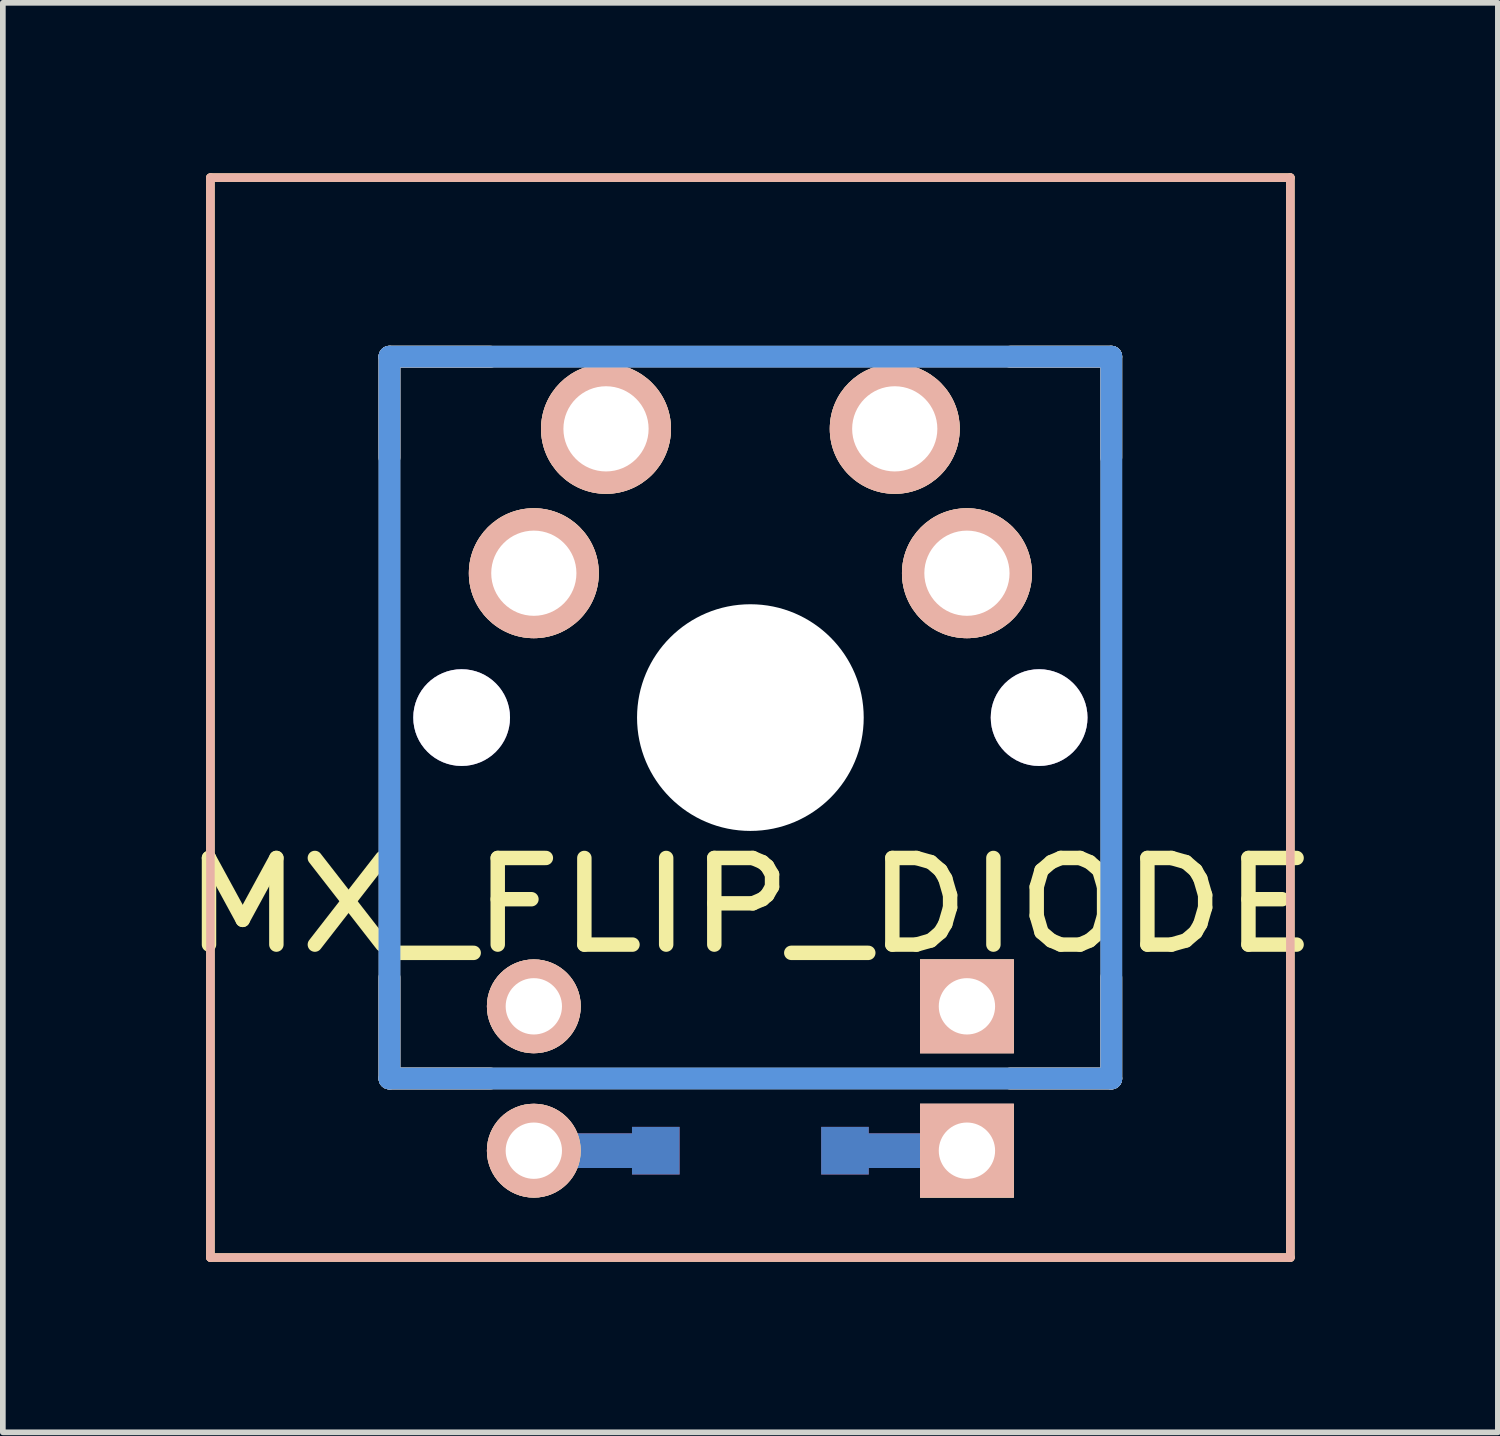
<source format=kicad_pcb>
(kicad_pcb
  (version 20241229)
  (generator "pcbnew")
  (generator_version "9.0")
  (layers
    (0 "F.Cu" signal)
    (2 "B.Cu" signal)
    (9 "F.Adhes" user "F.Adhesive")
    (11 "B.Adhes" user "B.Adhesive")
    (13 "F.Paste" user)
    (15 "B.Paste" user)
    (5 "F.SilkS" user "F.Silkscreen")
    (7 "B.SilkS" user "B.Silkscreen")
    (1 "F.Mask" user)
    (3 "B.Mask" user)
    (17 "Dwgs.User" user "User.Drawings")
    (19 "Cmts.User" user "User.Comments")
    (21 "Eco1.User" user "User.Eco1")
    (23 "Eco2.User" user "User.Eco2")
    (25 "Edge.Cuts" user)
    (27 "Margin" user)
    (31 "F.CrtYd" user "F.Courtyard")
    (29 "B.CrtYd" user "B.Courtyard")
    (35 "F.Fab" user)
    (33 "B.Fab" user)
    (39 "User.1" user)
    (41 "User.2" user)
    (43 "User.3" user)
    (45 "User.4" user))
  (footprint "MX_FLIP_DIODE"
    (layer "F.Cu")
    (at 10.152 9.575)
    (property "Reference" "MX_FLIP_DIODE" (at 0 3.302 0) (layer "F.SilkS") (effects (font (size 1.524 1.778) (thickness 0.254))))
    (attr through_hole)
    (fp_line (start -3.81 7.62) (end -1.664 7.62) (stroke (width 0.61) (type solid)) (layer "F.Cu"))
    (fp_line (start 1.664 7.62) (end 3.81 7.62) (stroke (width 0.61) (type solid)) (layer "F.Cu"))
    (fp_line (start -3.81 7.62) (end -1.664 7.62) (stroke (width 0.61) (type solid)) (layer "B.Cu"))
    (fp_line (start 1.664 7.62) (end 3.81 7.62) (stroke (width 0.61) (type solid)) (layer "B.Cu"))
    (fp_line (start -9.5 -9.5) (end -9.5 9.5) (stroke (width 0.15) (type solid)) (layer "F.SilkS"))
    (fp_line (start -9.5 9.5) (end 9.5 9.5) (stroke (width 0.15) (type solid)) (layer "F.SilkS"))
    (fp_line (start -6.35 -6.35) (end -4.572 -6.35) (stroke (width 0.381) (type solid)) (layer "F.SilkS"))
    (fp_line (start -6.35 -4.572) (end -6.35 -6.35) (stroke (width 0.381) (type solid)) (layer "F.SilkS"))
    (fp_line (start -6.35 6.35) (end -6.35 4.572) (stroke (width 0.381) (type solid)) (layer "F.SilkS"))
    (fp_line (start -4.572 6.35) (end -6.35 6.35) (stroke (width 0.381) (type solid)) (layer "F.SilkS"))
    (fp_line (start 4.572 -6.35) (end 6.35 -6.35) (stroke (width 0.381) (type solid)) (layer "F.SilkS"))
    (fp_line (start 6.35 -6.35) (end 6.35 -4.572) (stroke (width 0.381) (type solid)) (layer "F.SilkS"))
    (fp_line (start 6.35 4.572) (end 6.35 6.35) (stroke (width 0.381) (type solid)) (layer "F.SilkS"))
    (fp_line (start 6.35 6.35) (end 4.572 6.35) (stroke (width 0.381) (type solid)) (layer "F.SilkS"))
    (fp_line (start 9.5 -9.5) (end -9.5 -9.5) (stroke (width 0.15) (type solid)) (layer "F.SilkS"))
    (fp_line (start 9.5 9.5) (end 9.5 -9.5) (stroke (width 0.15) (type solid)) (layer "F.SilkS"))
    (fp_line (start -9.5 -9.5) (end 9.5 -9.5) (stroke (width 0.15) (type solid)) (layer "B.SilkS"))
    (fp_line (start -9.5 9.5) (end -9.5 -9.5) (stroke (width 0.15) (type solid)) (layer "B.SilkS"))
    (fp_line (start -6.35 -6.35) (end -4.572 -6.35) (stroke (width 0.381) (type solid)) (layer "B.SilkS"))
    (fp_line (start -6.35 -4.572) (end -6.35 -6.35) (stroke (width 0.381) (type solid)) (layer "B.SilkS"))
    (fp_line (start -6.35 6.35) (end -6.35 4.572) (stroke (width 0.381) (type solid)) (layer "B.SilkS"))
    (fp_line (start -4.572 6.35) (end -6.35 6.35) (stroke (width 0.381) (type solid)) (layer "B.SilkS"))
    (fp_line (start 4.572 -6.35) (end 6.35 -6.35) (stroke (width 0.381) (type solid)) (layer "B.SilkS"))
    (fp_line (start 6.35 -6.35) (end 6.35 -4.572) (stroke (width 0.381) (type solid)) (layer "B.SilkS"))
    (fp_line (start 6.35 4.572) (end 6.35 6.35) (stroke (width 0.381) (type solid)) (layer "B.SilkS"))
    (fp_line (start 6.35 6.35) (end 4.572 6.35) (stroke (width 0.381) (type solid)) (layer "B.SilkS"))
    (fp_line (start 9.5 -9.5) (end 9.5 9.5) (stroke (width 0.15) (type solid)) (layer "B.SilkS"))
    (fp_line (start 9.5 9.5) (end -9.5 9.5) (stroke (width 0.15) (type solid)) (layer "B.SilkS"))
    (fp_line (start -6.35 -6.35) (end 6.35 -6.35) (stroke (width 0.381) (type solid)) (layer "Dwgs.User"))
    (fp_line (start -6.35 6.35) (end -6.35 -6.35) (stroke (width 0.381) (type solid)) (layer "Dwgs.User"))
    (fp_line (start 0 0) (end 0 0) (stroke (width 0.025) (type solid)) (layer "Dwgs.User"))
    (fp_line (start 6.35 -6.35) (end 6.35 6.35) (stroke (width 0.381) (type solid)) (layer "Dwgs.User"))
    (fp_line (start 6.35 6.35) (end -6.35 6.35) (stroke (width 0.381) (type solid)) (layer "Dwgs.User"))
    (fp_line (start -6.35 -6.35) (end 6.35 -6.35) (stroke (width 0.381) (type solid)) (layer "Cmts.User"))
    (fp_line (start -6.35 6.35) (end -6.35 -6.35) (stroke (width 0.381) (type solid)) (layer "Cmts.User"))
    (fp_line (start 6.35 -6.35) (end 6.35 6.35) (stroke (width 0.381) (type solid)) (layer "Cmts.User"))
    (fp_line (start 6.35 6.35) (end -6.35 6.35) (stroke (width 0.381) (type solid)) (layer "Cmts.User"))
    (pad "" np_thru_hole circle (at 0 0) (size 3.988 3.988) (drill 3.988) (layers "*.Cu"))
    (pad "0" thru_hole circle (at -5.08 0) (size 1.702 1.702) (drill 1.702) (layers "*.Cu"))
    (pad "0" thru_hole circle (at 5.08 0) (size 1.702 1.702) (drill 1.702) (layers "*.Cu"))
    (pad "1" thru_hole circle (at 2.54 -5.08) (size 2.286 2.286) (drill 1.499) (layers "*.Cu" "*.SilkS" "*.Mask"))
    (pad "1" thru_hole circle (at 3.81 -2.54) (size 2.286 2.286) (drill 1.499) (layers "*.Cu" "*.SilkS" "*.Mask"))
    (pad "2" thru_hole circle (at -3.81 -2.54) (size 2.286 2.286) (drill 1.499) (layers "*.Cu" "*.SilkS" "*.Mask"))
    (pad "2" thru_hole circle (at -2.54 -5.08) (size 2.286 2.286) (drill 1.499) (layers "*.Cu" "*.SilkS" "*.Mask"))
    (pad "3" thru_hole circle (at -3.81 5.08) (size 1.651 1.651) (drill 0.991) (layers "*.Cu" "*.SilkS" "*.Mask"))
    (pad "3" thru_hole circle (at -3.81 7.62) (size 1.651 1.651) (drill 0.991) (layers "*.Cu" "*.SilkS" "*.Mask"))
    (pad "4" thru_hole rect (at 3.81 5.08) (size 1.651 1.651) (drill 0.991) (layers "*.Cu" "*.SilkS" "*.Mask"))
    (pad "4" thru_hole rect (at 3.81 7.62) (size 1.651 1.651) (drill 0.991) (layers "*.Cu" "*.SilkS" "*.Mask"))
    (pad "99" smd rect (at -1.664 7.62) (size 0.838 0.838) (layers "F.Cu" "F.Mask" "F.Paste"))
    (pad "99" smd rect (at -1.664 7.62) (size 0.838 0.838) (layers "B.Cu" "B.Mask" "B.Paste"))
    (pad "99" smd rect (at 1.664 7.62) (size 0.838 0.838) (layers "F.Cu" "F.Mask" "F.Paste"))
    (pad "99" smd rect (at 1.664 7.62) (size 0.838 0.838) (layers "B.Cu" "B.Mask" "B.Paste")))
  (gr_rect
    (start -3 -3)
    (end 23.303 22.15)
    (stroke (width 0.1) (type default))
    (fill no)
    (layer "Edge.Cuts")))
</source>
